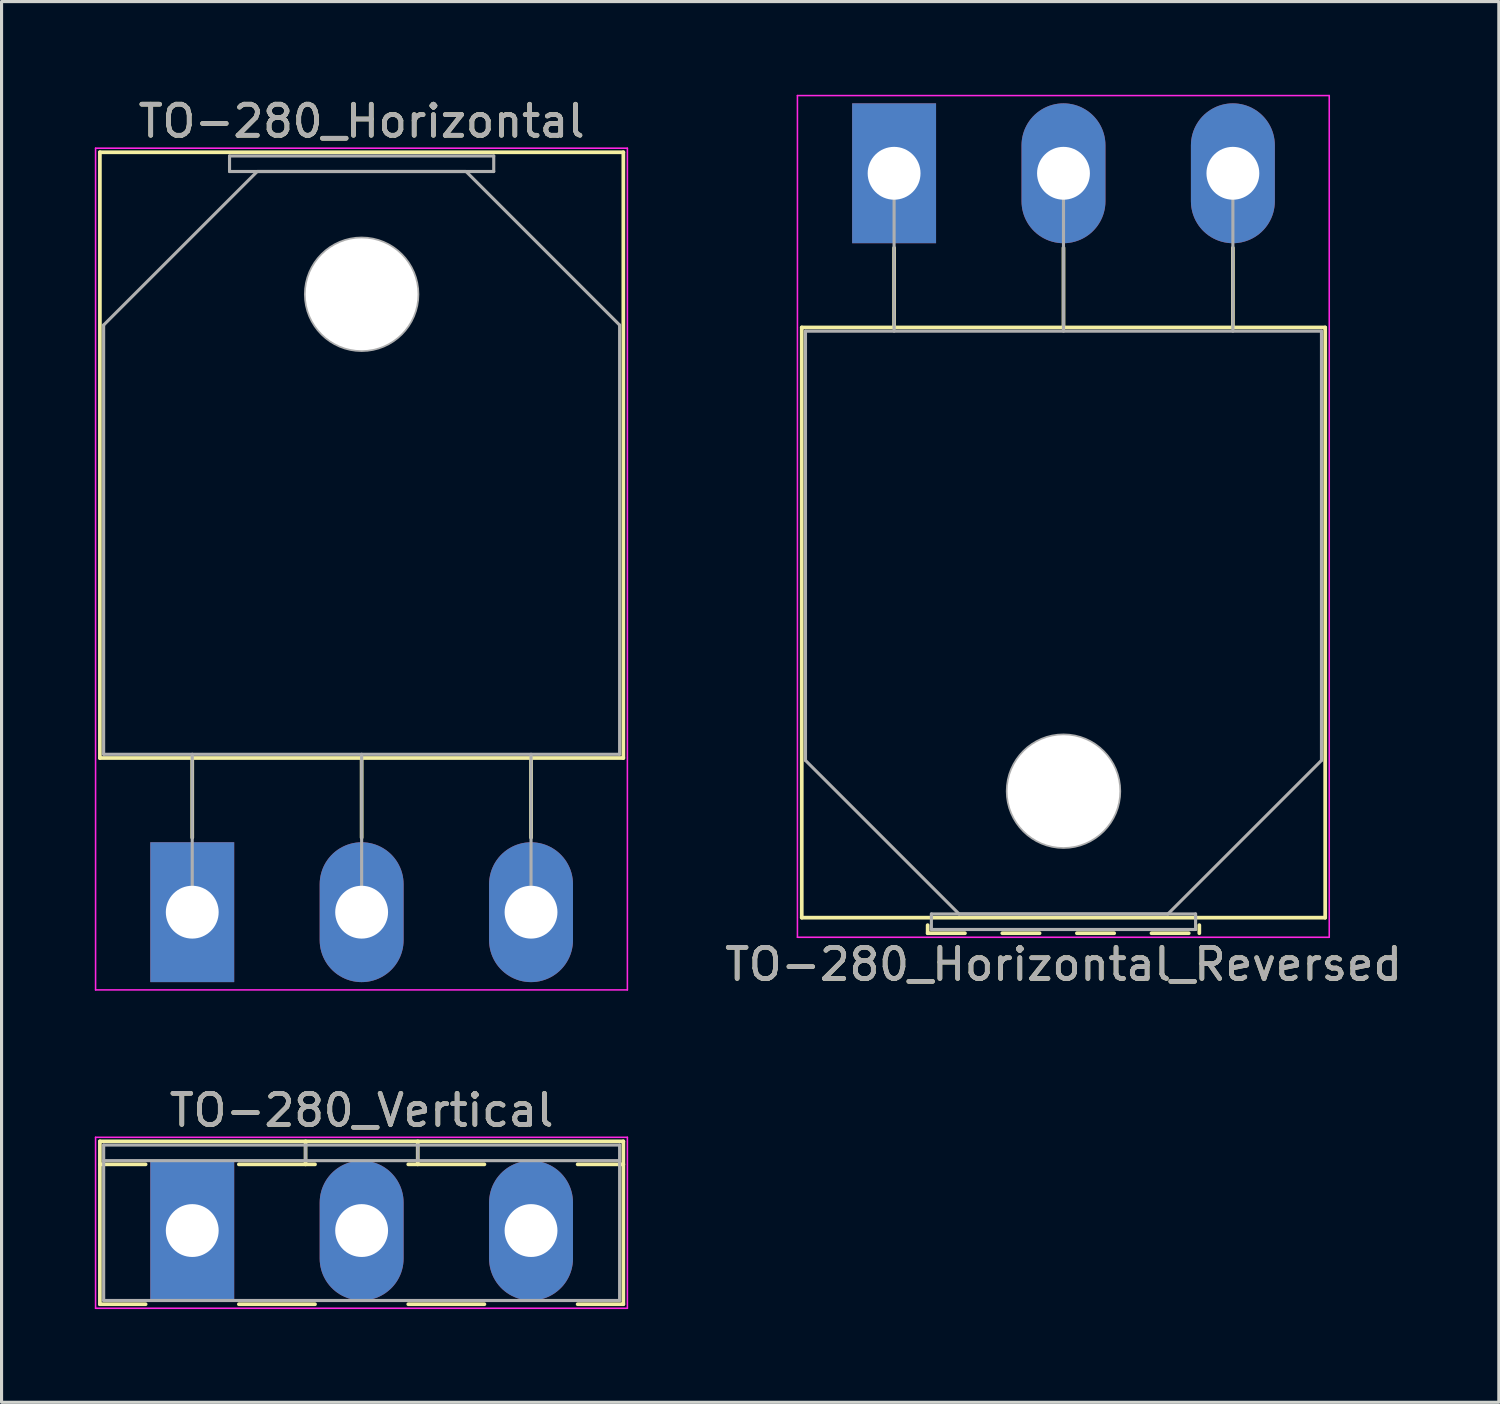
<source format=kicad_pcb>
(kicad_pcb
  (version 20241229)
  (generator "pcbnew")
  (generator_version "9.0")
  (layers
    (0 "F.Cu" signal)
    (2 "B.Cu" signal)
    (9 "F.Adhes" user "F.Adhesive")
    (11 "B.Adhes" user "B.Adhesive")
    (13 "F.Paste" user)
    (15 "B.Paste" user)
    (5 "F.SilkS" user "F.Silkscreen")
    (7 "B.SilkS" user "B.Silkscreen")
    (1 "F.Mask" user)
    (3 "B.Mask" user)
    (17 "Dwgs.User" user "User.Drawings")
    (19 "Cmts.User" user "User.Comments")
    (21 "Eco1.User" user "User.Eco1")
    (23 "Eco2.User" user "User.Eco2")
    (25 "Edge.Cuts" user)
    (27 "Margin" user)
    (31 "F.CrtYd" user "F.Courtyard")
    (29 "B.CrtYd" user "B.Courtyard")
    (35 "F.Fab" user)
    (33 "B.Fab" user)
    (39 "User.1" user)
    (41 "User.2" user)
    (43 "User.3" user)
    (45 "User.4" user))
  (footprint "TO-280_Horizontal_Reversed"
    (layer "F.Cu")
    (at 25.716 2.525)
    (property "Reference" "TO-280_Horizontal_Reversed" (at 5.45 25.45 0) (layer "F.SilkS") (effects (font (size 1 1) (thickness 0.15))))
    (attr through_hole)
    (fp_line (start -2.971 4.96) (end -2.971 23.95) (stroke (width 0.12) (type solid)) (layer "F.SilkS"))
    (fp_line (start -2.971 4.96) (end 13.87 4.96) (stroke (width 0.12) (type solid)) (layer "F.SilkS"))
    (fp_line (start -2.971 23.95) (end 13.87 23.95) (stroke (width 0.12) (type solid)) (layer "F.SilkS"))
    (fp_line (start 0 2.4) (end 0 4.96) (stroke (width 0.12) (type solid)) (layer "F.SilkS"))
    (fp_line (start 1.08 24.19) (end 1.08 24.45) (stroke (width 0.12) (type solid)) (layer "F.SilkS"))
    (fp_line (start 1.08 24.45) (end 2.28 24.45) (stroke (width 0.12) (type solid)) (layer "F.SilkS"))
    (fp_line (start 3.481 24.45) (end 4.681 24.45) (stroke (width 0.12) (type solid)) (layer "F.SilkS"))
    (fp_line (start 5.45 2.4) (end 5.45 4.96) (stroke (width 0.12) (type solid)) (layer "F.SilkS"))
    (fp_line (start 5.881 24.45) (end 7.081 24.45) (stroke (width 0.12) (type solid)) (layer "F.SilkS"))
    (fp_line (start 8.281 24.45) (end 9.48 24.45) (stroke (width 0.12) (type solid)) (layer "F.SilkS"))
    (fp_line (start 9.82 24.19) (end 9.82 24.45) (stroke (width 0.12) (type solid)) (layer "F.SilkS"))
    (fp_line (start 10.9 2.4) (end 10.9 4.96) (stroke (width 0.12) (type solid)) (layer "F.SilkS"))
    (fp_line (start 13.87 4.96) (end 13.87 23.95) (stroke (width 0.12) (type solid)) (layer "F.SilkS"))
    (fp_line (start -3.11 -2.5) (end -3.11 24.58) (stroke (width 0.05) (type solid)) (layer "F.CrtYd"))
    (fp_line (start -3.11 24.58) (end 14 24.58) (stroke (width 0.05) (type solid)) (layer "F.CrtYd"))
    (fp_line (start 14 -2.5) (end -3.11 -2.5) (stroke (width 0.05) (type solid)) (layer "F.CrtYd"))
    (fp_line (start 14 24.58) (end 14 -2.5) (stroke (width 0.05) (type solid)) (layer "F.CrtYd"))
    (fp_line (start -2.851 5.08) (end -2.851 18.89) (stroke (width 0.1) (type solid)) (layer "F.Fab"))
    (fp_line (start -2.851 18.89) (end 2.09 23.83) (stroke (width 0.1) (type solid)) (layer "F.Fab"))
    (fp_line (start 0 5.08) (end 0 0) (stroke (width 0.1) (type solid)) (layer "F.Fab"))
    (fp_line (start 1.2 23.83) (end 1.2 24.33) (stroke (width 0.1) (type solid)) (layer "F.Fab"))
    (fp_line (start 1.2 24.33) (end 9.7 24.33) (stroke (width 0.1) (type solid)) (layer "F.Fab"))
    (fp_line (start 2.09 23.83) (end 8.81 23.83) (stroke (width 0.1) (type solid)) (layer "F.Fab"))
    (fp_line (start 5.45 5.08) (end 5.45 0) (stroke (width 0.1) (type solid)) (layer "F.Fab"))
    (fp_line (start 8.81 23.83) (end 13.75 18.89) (stroke (width 0.1) (type solid)) (layer "F.Fab"))
    (fp_line (start 9.7 23.83) (end 1.2 23.83) (stroke (width 0.1) (type solid)) (layer "F.Fab"))
    (fp_line (start 9.7 24.33) (end 9.7 23.83) (stroke (width 0.1) (type solid)) (layer "F.Fab"))
    (fp_line (start 10.9 5.08) (end 10.9 0) (stroke (width 0.1) (type solid)) (layer "F.Fab"))
    (fp_line (start 13.75 5.08) (end -2.851 5.08) (stroke (width 0.1) (type solid)) (layer "F.Fab"))
    (fp_line (start 13.75 18.89) (end 13.75 5.08) (stroke (width 0.1) (type solid)) (layer "F.Fab"))
    (fp_circle (center 5.45 19.88) (end 7.255 19.88) (stroke (width 0.1) (type solid)) (fill no) (layer "F.Fab"))
    (fp_text user "${REFERENCE}" (at 5.45 25.45 0) (layer "F.Fab") (effects (font (size 1 1) (thickness 0.15))))
    (pad "" np_thru_hole oval (at 5.45 19.88) (size 3.6 3.6) (drill 3.6) (layers "*.Cu" "*.Mask"))
    (pad "1" thru_hole rect (at 0 0) (size 2.7 4.5) (drill 1.7) (layers "*.Cu" "*.Mask"))
    (pad "2" thru_hole oval (at 5.45 0) (size 2.7 4.5) (drill 1.7) (layers "*.Cu" "*.Mask"))
    (pad "3" thru_hole oval (at 10.9 0) (size 2.7 4.5) (drill 1.7) (layers "*.Cu" "*.Mask")))
  (footprint "TO-280_Vertical"
    (layer "F.Cu")
    (at 3.135 36.541)
    (property "Reference" "TO-280_Vertical" (at 5.45 -3.87 0) (layer "F.SilkS") (effects (font (size 1 1) (thickness 0.15))))
    (attr through_hole)
    (fp_line (start -2.971 -2.87) (end -2.971 2.37) (stroke (width 0.12) (type solid)) (layer "F.SilkS"))
    (fp_line (start -2.971 -2.87) (end 13.87 -2.87) (stroke (width 0.12) (type solid)) (layer "F.SilkS"))
    (fp_line (start -2.971 -2.13) (end -1.5 -2.13) (stroke (width 0.12) (type solid)) (layer "F.SilkS"))
    (fp_line (start -2.971 2.37) (end -1.5 2.37) (stroke (width 0.12) (type solid)) (layer "F.SilkS"))
    (fp_line (start 1.5 -2.13) (end 3.95 -2.13) (stroke (width 0.12) (type solid)) (layer "F.SilkS"))
    (fp_line (start 1.5 2.37) (end 3.95 2.37) (stroke (width 0.12) (type solid)) (layer "F.SilkS"))
    (fp_line (start 3.646 -2.87) (end 3.646 -2.13) (stroke (width 0.12) (type solid)) (layer "F.SilkS"))
    (fp_line (start 6.95 -2.13) (end 9.4 -2.13) (stroke (width 0.12) (type solid)) (layer "F.SilkS"))
    (fp_line (start 6.95 2.37) (end 9.4 2.37) (stroke (width 0.12) (type solid)) (layer "F.SilkS"))
    (fp_line (start 7.255 -2.87) (end 7.255 -2.13) (stroke (width 0.12) (type solid)) (layer "F.SilkS"))
    (fp_line (start 12.4 -2.13) (end 13.87 -2.13) (stroke (width 0.12) (type solid)) (layer "F.SilkS"))
    (fp_line (start 12.4 2.37) (end 13.87 2.37) (stroke (width 0.12) (type solid)) (layer "F.SilkS"))
    (fp_line (start 13.87 -2.87) (end 13.87 2.37) (stroke (width 0.12) (type solid)) (layer "F.SilkS"))
    (fp_line (start -3.11 -3) (end -3.11 2.5) (stroke (width 0.05) (type solid)) (layer "F.CrtYd"))
    (fp_line (start -3.11 2.5) (end 14 2.5) (stroke (width 0.05) (type solid)) (layer "F.CrtYd"))
    (fp_line (start 14 -3) (end -3.11 -3) (stroke (width 0.05) (type solid)) (layer "F.CrtYd"))
    (fp_line (start 14 2.5) (end 14 -3) (stroke (width 0.05) (type solid)) (layer "F.CrtYd"))
    (fp_line (start -2.85 -2.75) (end -2.85 2.25) (stroke (width 0.1) (type solid)) (layer "F.Fab"))
    (fp_line (start -2.85 -2.25) (end 13.75 -2.25) (stroke (width 0.1) (type solid)) (layer "F.Fab"))
    (fp_line (start -2.85 2.25) (end 13.75 2.25) (stroke (width 0.1) (type solid)) (layer "F.Fab"))
    (fp_line (start 3.645 -2.75) (end 3.645 -2.25) (stroke (width 0.1) (type solid)) (layer "F.Fab"))
    (fp_line (start 7.255 -2.75) (end 7.255 -2.25) (stroke (width 0.1) (type solid)) (layer "F.Fab"))
    (fp_line (start 13.75 -2.75) (end -2.85 -2.75) (stroke (width 0.1) (type solid)) (layer "F.Fab"))
    (fp_line (start 13.75 2.25) (end 13.75 -2.75) (stroke (width 0.1) (type solid)) (layer "F.Fab"))
    (fp_text user "${REFERENCE}" (at 5.45 -3.87 0) (layer "F.Fab") (effects (font (size 1 1) (thickness 0.15))))
    (pad "1" thru_hole rect (at 0 0) (size 2.7 4.5) (drill 1.7) (layers "*.Cu" "*.Mask"))
    (pad "2" thru_hole oval (at 5.45 0) (size 2.7 4.5) (drill 1.7) (layers "*.Cu" "*.Mask"))
    (pad "3" thru_hole oval (at 10.9 0) (size 2.7 4.5) (drill 1.7) (layers "*.Cu" "*.Mask")))
  (footprint "TO-280_Horizontal"
    (layer "F.Cu")
    (at 3.135 26.298)
    (property "Reference" "TO-280_Horizontal" (at 5.45 -25.45 0) (layer "F.SilkS") (effects (font (size 1 1) (thickness 0.15))))
    (attr through_hole)
    (fp_line (start -2.971 -24.45) (end -2.971 -4.96) (stroke (width 0.12) (type solid)) (layer "F.SilkS"))
    (fp_line (start -2.971 -24.45) (end 13.87 -24.45) (stroke (width 0.12) (type solid)) (layer "F.SilkS"))
    (fp_line (start -2.971 -4.96) (end 13.87 -4.96) (stroke (width 0.12) (type solid)) (layer "F.SilkS"))
    (fp_line (start 0 -4.96) (end 0 -2.4) (stroke (width 0.12) (type solid)) (layer "F.SilkS"))
    (fp_line (start 5.45 -4.96) (end 5.45 -2.4) (stroke (width 0.12) (type solid)) (layer "F.SilkS"))
    (fp_line (start 10.9 -4.96) (end 10.9 -2.4) (stroke (width 0.12) (type solid)) (layer "F.SilkS"))
    (fp_line (start 13.87 -24.45) (end 13.87 -4.96) (stroke (width 0.12) (type solid)) (layer "F.SilkS"))
    (fp_line (start -3.11 -24.58) (end -3.11 2.5) (stroke (width 0.05) (type solid)) (layer "F.CrtYd"))
    (fp_line (start -3.11 2.5) (end 14 2.5) (stroke (width 0.05) (type solid)) (layer "F.CrtYd"))
    (fp_line (start 14 -24.58) (end -3.11 -24.58) (stroke (width 0.05) (type solid)) (layer "F.CrtYd"))
    (fp_line (start 14 2.5) (end 14 -24.58) (stroke (width 0.05) (type solid)) (layer "F.CrtYd"))
    (fp_line (start -2.851 -18.89) (end 2.09 -23.83) (stroke (width 0.1) (type solid)) (layer "F.Fab"))
    (fp_line (start -2.851 -5.08) (end -2.851 -18.89) (stroke (width 0.1) (type solid)) (layer "F.Fab"))
    (fp_line (start 0 -5.08) (end 0 0) (stroke (width 0.1) (type solid)) (layer "F.Fab"))
    (fp_line (start 1.2 -24.33) (end 9.7 -24.33) (stroke (width 0.1) (type solid)) (layer "F.Fab"))
    (fp_line (start 1.2 -23.83) (end 1.2 -24.33) (stroke (width 0.1) (type solid)) (layer "F.Fab"))
    (fp_line (start 2.09 -23.83) (end 8.81 -23.83) (stroke (width 0.1) (type solid)) (layer "F.Fab"))
    (fp_line (start 5.45 -5.08) (end 5.45 0) (stroke (width 0.1) (type solid)) (layer "F.Fab"))
    (fp_line (start 8.81 -23.83) (end 13.75 -18.89) (stroke (width 0.1) (type solid)) (layer "F.Fab"))
    (fp_line (start 9.7 -24.33) (end 9.7 -23.83) (stroke (width 0.1) (type solid)) (layer "F.Fab"))
    (fp_line (start 9.7 -23.83) (end 1.2 -23.83) (stroke (width 0.1) (type solid)) (layer "F.Fab"))
    (fp_line (start 10.9 -5.08) (end 10.9 0) (stroke (width 0.1) (type solid)) (layer "F.Fab"))
    (fp_line (start 13.75 -18.89) (end 13.75 -5.08) (stroke (width 0.1) (type solid)) (layer "F.Fab"))
    (fp_line (start 13.75 -5.08) (end -2.851 -5.08) (stroke (width 0.1) (type solid)) (layer "F.Fab"))
    (fp_circle (center 5.45 -19.88) (end 7.255 -19.88) (stroke (width 0.1) (type solid)) (fill no) (layer "F.Fab"))
    (fp_text user "${REFERENCE}" (at 5.45 -25.45 0) (layer "F.Fab") (effects (font (size 1 1) (thickness 0.15))))
    (pad "" np_thru_hole oval (at 5.45 -19.88) (size 3.6 3.6) (drill 3.6) (layers "*.Cu" "*.Mask"))
    (pad "1" thru_hole rect (at 0 0) (size 2.7 4.5) (drill 1.7) (layers "*.Cu" "*.Mask"))
    (pad "2" thru_hole oval (at 5.45 0) (size 2.7 4.5) (drill 1.7) (layers "*.Cu" "*.Mask"))
    (pad "3" thru_hole oval (at 10.9 0) (size 2.7 4.5) (drill 1.7) (layers "*.Cu" "*.Mask")))
  (gr_rect
    (start -3 -3)
    (end 45.172 42.066)
    (stroke (width 0.1) (type default))
    (fill no)
    (layer "Edge.Cuts")))
</source>
